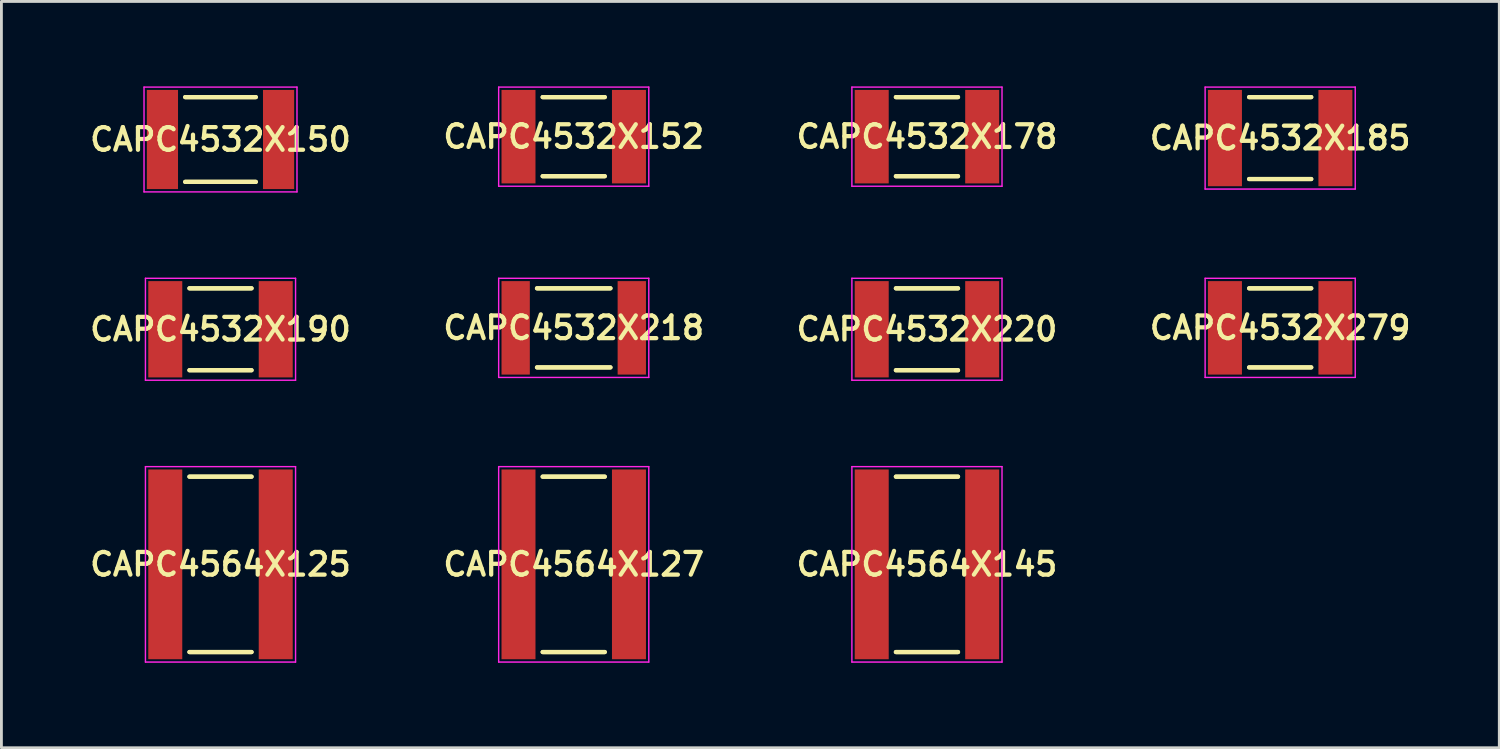
<source format=kicad_pcb>
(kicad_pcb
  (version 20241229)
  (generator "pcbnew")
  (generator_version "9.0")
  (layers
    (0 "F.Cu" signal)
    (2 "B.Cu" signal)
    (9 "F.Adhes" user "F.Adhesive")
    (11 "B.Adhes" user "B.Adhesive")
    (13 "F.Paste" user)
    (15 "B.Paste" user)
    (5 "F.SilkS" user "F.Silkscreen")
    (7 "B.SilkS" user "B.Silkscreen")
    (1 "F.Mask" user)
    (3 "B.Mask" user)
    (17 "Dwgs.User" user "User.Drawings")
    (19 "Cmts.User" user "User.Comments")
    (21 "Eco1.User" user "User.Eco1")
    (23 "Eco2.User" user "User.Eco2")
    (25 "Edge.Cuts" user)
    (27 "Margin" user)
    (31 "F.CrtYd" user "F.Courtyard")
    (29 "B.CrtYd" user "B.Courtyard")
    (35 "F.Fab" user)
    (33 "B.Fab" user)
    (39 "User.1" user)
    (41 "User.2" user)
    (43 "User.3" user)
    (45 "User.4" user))
  (footprint "CAPC4564X145"
    (layer "F.Cu")
    (at 29.677 16.875)
    (property "Reference" "CAPC4564X145" (at 0 0 0) (layer "F.SilkS") (effects (font (size 0.8 0.8) (thickness 0.15))))
    (attr smd)
    (fp_line (start -1.096 -3.096) (end 1.096 -3.096) (stroke (width 0.15) (type solid)) (layer "F.SilkS"))
    (fp_line (start -1.096 3.096) (end 1.096 3.096) (stroke (width 0.15) (type solid)) (layer "F.SilkS"))
    (fp_line (start 1.096 -3.096) (end -1.096 -3.096) (stroke (width 0.15) (type solid)) (layer "F.SilkS"))
    (fp_line (start 1.096 3.096) (end -1.096 3.096) (stroke (width 0.15) (type solid)) (layer "F.SilkS"))
    (fp_line (start -2.65 -3.45) (end 2.65 -3.45) (stroke (width 0.05) (type solid)) (layer "F.CrtYd"))
    (fp_line (start -2.65 3.45) (end -2.65 -3.45) (stroke (width 0.05) (type solid)) (layer "F.CrtYd"))
    (fp_line (start 2.65 -3.45) (end 2.65 3.45) (stroke (width 0.05) (type solid)) (layer "F.CrtYd"))
    (fp_line (start 2.65 3.45) (end -2.65 3.45) (stroke (width 0.05) (type solid)) (layer "F.CrtYd"))
    (pad "1" smd rect (at -1.95 0) (size 1.2 6.7) (layers "F.Cu" "F.Mask" "F.Paste"))
    (pad "2" smd rect (at 1.95 0) (size 1.2 6.7) (layers "F.Cu" "F.Mask" "F.Paste")))
  (footprint "CAPC4532X218"
    (layer "F.Cu")
    (at 17.206 8.525)
    (property "Reference" "CAPC4532X218" (at 0 0 0) (layer "F.SilkS") (effects (font (size 0.8 0.8) (thickness 0.15))))
    (attr smd)
    (fp_line (start -1.296 -1.396) (end 1.296 -1.396) (stroke (width 0.15) (type solid)) (layer "F.SilkS"))
    (fp_line (start -1.296 1.396) (end 1.296 1.396) (stroke (width 0.15) (type solid)) (layer "F.SilkS"))
    (fp_line (start 1.296 -1.396) (end -1.296 -1.396) (stroke (width 0.15) (type solid)) (layer "F.SilkS"))
    (fp_line (start 1.296 1.396) (end -1.296 1.396) (stroke (width 0.15) (type solid)) (layer "F.SilkS"))
    (fp_line (start -2.65 -1.75) (end 2.65 -1.75) (stroke (width 0.05) (type solid)) (layer "F.CrtYd"))
    (fp_line (start -2.65 1.75) (end -2.65 -1.75) (stroke (width 0.05) (type solid)) (layer "F.CrtYd"))
    (fp_line (start 2.65 -1.75) (end 2.65 1.75) (stroke (width 0.05) (type solid)) (layer "F.CrtYd"))
    (fp_line (start 2.65 1.75) (end -2.65 1.75) (stroke (width 0.05) (type solid)) (layer "F.CrtYd"))
    (pad "1" smd rect (at -2.05 0) (size 1 3.3) (layers "F.Cu" "F.Mask" "F.Paste"))
    (pad "2" smd rect (at 2.05 0) (size 1 3.3) (layers "F.Cu" "F.Mask" "F.Paste")))
  (footprint "CAPC4564X125"
    (layer "F.Cu")
    (at 4.735 16.875)
    (property "Reference" "CAPC4564X125" (at 0 0 0) (layer "F.SilkS") (effects (font (size 0.8 0.8) (thickness 0.15))))
    (attr smd)
    (fp_line (start -1.096 -3.096) (end 1.096 -3.096) (stroke (width 0.15) (type solid)) (layer "F.SilkS"))
    (fp_line (start -1.096 3.096) (end 1.096 3.096) (stroke (width 0.15) (type solid)) (layer "F.SilkS"))
    (fp_line (start 1.096 -3.096) (end -1.096 -3.096) (stroke (width 0.15) (type solid)) (layer "F.SilkS"))
    (fp_line (start 1.096 3.096) (end -1.096 3.096) (stroke (width 0.15) (type solid)) (layer "F.SilkS"))
    (fp_line (start -2.65 -3.45) (end 2.65 -3.45) (stroke (width 0.05) (type solid)) (layer "F.CrtYd"))
    (fp_line (start -2.65 3.45) (end -2.65 -3.45) (stroke (width 0.05) (type solid)) (layer "F.CrtYd"))
    (fp_line (start 2.65 -3.45) (end 2.65 3.45) (stroke (width 0.05) (type solid)) (layer "F.CrtYd"))
    (fp_line (start 2.65 3.45) (end -2.65 3.45) (stroke (width 0.05) (type solid)) (layer "F.CrtYd"))
    (pad "1" smd rect (at -1.95 0) (size 1.2 6.7) (layers "F.Cu" "F.Mask" "F.Paste"))
    (pad "2" smd rect (at 1.95 0) (size 1.2 6.7) (layers "F.Cu" "F.Mask" "F.Paste")))
  (footprint "CAPC4532X185"
    (layer "F.Cu")
    (at 42.148 1.825)
    (property "Reference" "CAPC4532X185" (at 0 0 0) (layer "F.SilkS") (effects (font (size 0.8 0.8) (thickness 0.15))))
    (attr smd)
    (fp_line (start -1.096 -1.446) (end 1.096 -1.446) (stroke (width 0.15) (type solid)) (layer "F.SilkS"))
    (fp_line (start -1.096 1.446) (end 1.096 1.446) (stroke (width 0.15) (type solid)) (layer "F.SilkS"))
    (fp_line (start 1.096 -1.446) (end -1.096 -1.446) (stroke (width 0.15) (type solid)) (layer "F.SilkS"))
    (fp_line (start 1.096 1.446) (end -1.096 1.446) (stroke (width 0.15) (type solid)) (layer "F.SilkS"))
    (fp_line (start -2.65 -1.8) (end 2.65 -1.8) (stroke (width 0.05) (type solid)) (layer "F.CrtYd"))
    (fp_line (start -2.65 1.8) (end -2.65 -1.8) (stroke (width 0.05) (type solid)) (layer "F.CrtYd"))
    (fp_line (start 2.65 -1.8) (end 2.65 1.8) (stroke (width 0.05) (type solid)) (layer "F.CrtYd"))
    (fp_line (start 2.65 1.8) (end -2.65 1.8) (stroke (width 0.05) (type solid)) (layer "F.CrtYd"))
    (pad "1" smd rect (at -1.95 0) (size 1.2 3.4) (layers "F.Cu" "F.Mask" "F.Paste"))
    (pad "2" smd rect (at 1.95 0) (size 1.2 3.4) (layers "F.Cu" "F.Mask" "F.Paste")))
  (footprint "CAPC4564X127"
    (layer "F.Cu")
    (at 17.206 16.875)
    (property "Reference" "CAPC4564X127" (at 0 0 0) (layer "F.SilkS") (effects (font (size 0.8 0.8) (thickness 0.15))))
    (attr smd)
    (fp_line (start -1.096 -3.096) (end 1.096 -3.096) (stroke (width 0.15) (type solid)) (layer "F.SilkS"))
    (fp_line (start -1.096 3.096) (end 1.096 3.096) (stroke (width 0.15) (type solid)) (layer "F.SilkS"))
    (fp_line (start 1.096 -3.096) (end -1.096 -3.096) (stroke (width 0.15) (type solid)) (layer "F.SilkS"))
    (fp_line (start 1.096 3.096) (end -1.096 3.096) (stroke (width 0.15) (type solid)) (layer "F.SilkS"))
    (fp_line (start -2.65 -3.45) (end 2.65 -3.45) (stroke (width 0.05) (type solid)) (layer "F.CrtYd"))
    (fp_line (start -2.65 3.45) (end -2.65 -3.45) (stroke (width 0.05) (type solid)) (layer "F.CrtYd"))
    (fp_line (start 2.65 -3.45) (end 2.65 3.45) (stroke (width 0.05) (type solid)) (layer "F.CrtYd"))
    (fp_line (start 2.65 3.45) (end -2.65 3.45) (stroke (width 0.05) (type solid)) (layer "F.CrtYd"))
    (pad "1" smd rect (at -1.95 0) (size 1.2 6.7) (layers "F.Cu" "F.Mask" "F.Paste"))
    (pad "2" smd rect (at 1.95 0) (size 1.2 6.7) (layers "F.Cu" "F.Mask" "F.Paste")))
  (footprint "CAPC4532X150"
    (layer "F.Cu")
    (at 4.735 1.875)
    (property "Reference" "CAPC4532X150" (at 0 0 0) (layer "F.SilkS") (effects (font (size 0.8 0.8) (thickness 0.15))))
    (attr smd)
    (fp_line (start -1.246 -1.496) (end 1.246 -1.496) (stroke (width 0.15) (type solid)) (layer "F.SilkS"))
    (fp_line (start -1.246 1.496) (end 1.246 1.496) (stroke (width 0.15) (type solid)) (layer "F.SilkS"))
    (fp_line (start 1.246 -1.496) (end -1.246 -1.496) (stroke (width 0.15) (type solid)) (layer "F.SilkS"))
    (fp_line (start 1.246 1.496) (end -1.246 1.496) (stroke (width 0.15) (type solid)) (layer "F.SilkS"))
    (fp_line (start -2.7 -1.85) (end 2.7 -1.85) (stroke (width 0.05) (type solid)) (layer "F.CrtYd"))
    (fp_line (start -2.7 1.85) (end -2.7 -1.85) (stroke (width 0.05) (type solid)) (layer "F.CrtYd"))
    (fp_line (start 2.7 -1.85) (end 2.7 1.85) (stroke (width 0.05) (type solid)) (layer "F.CrtYd"))
    (fp_line (start 2.7 1.85) (end -2.7 1.85) (stroke (width 0.05) (type solid)) (layer "F.CrtYd"))
    (pad "1" smd rect (at -2.05 0) (size 1.1 3.5) (layers "F.Cu" "F.Mask" "F.Paste"))
    (pad "2" smd rect (at 2.05 0) (size 1.1 3.5) (layers "F.Cu" "F.Mask" "F.Paste")))
  (footprint "CAPC4532X279"
    (layer "F.Cu")
    (at 42.148 8.525)
    (property "Reference" "CAPC4532X279" (at 0 0 0) (layer "F.SilkS") (effects (font (size 0.8 0.8) (thickness 0.15))))
    (attr smd)
    (fp_line (start -1.096 -1.396) (end 1.096 -1.396) (stroke (width 0.15) (type solid)) (layer "F.SilkS"))
    (fp_line (start -1.096 1.396) (end 1.096 1.396) (stroke (width 0.15) (type solid)) (layer "F.SilkS"))
    (fp_line (start 1.096 -1.396) (end -1.096 -1.396) (stroke (width 0.15) (type solid)) (layer "F.SilkS"))
    (fp_line (start 1.096 1.396) (end -1.096 1.396) (stroke (width 0.15) (type solid)) (layer "F.SilkS"))
    (fp_line (start -2.65 -1.75) (end 2.65 -1.75) (stroke (width 0.05) (type solid)) (layer "F.CrtYd"))
    (fp_line (start -2.65 1.75) (end -2.65 -1.75) (stroke (width 0.05) (type solid)) (layer "F.CrtYd"))
    (fp_line (start 2.65 -1.75) (end 2.65 1.75) (stroke (width 0.05) (type solid)) (layer "F.CrtYd"))
    (fp_line (start 2.65 1.75) (end -2.65 1.75) (stroke (width 0.05) (type solid)) (layer "F.CrtYd"))
    (pad "1" smd rect (at -1.95 0) (size 1.2 3.3) (layers "F.Cu" "F.Mask" "F.Paste"))
    (pad "2" smd rect (at 1.95 0) (size 1.2 3.3) (layers "F.Cu" "F.Mask" "F.Paste")))
  (footprint "CAPC4532X220"
    (layer "F.Cu")
    (at 29.677 8.575)
    (property "Reference" "CAPC4532X220" (at 0 0 0) (layer "F.SilkS") (effects (font (size 0.8 0.8) (thickness 0.15))))
    (attr smd)
    (fp_line (start -1.096 -1.446) (end 1.096 -1.446) (stroke (width 0.15) (type solid)) (layer "F.SilkS"))
    (fp_line (start -1.096 1.446) (end 1.096 1.446) (stroke (width 0.15) (type solid)) (layer "F.SilkS"))
    (fp_line (start 1.096 -1.446) (end -1.096 -1.446) (stroke (width 0.15) (type solid)) (layer "F.SilkS"))
    (fp_line (start 1.096 1.446) (end -1.096 1.446) (stroke (width 0.15) (type solid)) (layer "F.SilkS"))
    (fp_line (start -2.65 -1.8) (end 2.65 -1.8) (stroke (width 0.05) (type solid)) (layer "F.CrtYd"))
    (fp_line (start -2.65 1.8) (end -2.65 -1.8) (stroke (width 0.05) (type solid)) (layer "F.CrtYd"))
    (fp_line (start 2.65 -1.8) (end 2.65 1.8) (stroke (width 0.05) (type solid)) (layer "F.CrtYd"))
    (fp_line (start 2.65 1.8) (end -2.65 1.8) (stroke (width 0.05) (type solid)) (layer "F.CrtYd"))
    (pad "1" smd rect (at -1.95 0) (size 1.2 3.4) (layers "F.Cu" "F.Mask" "F.Paste"))
    (pad "2" smd rect (at 1.95 0) (size 1.2 3.4) (layers "F.Cu" "F.Mask" "F.Paste")))
  (footprint "CAPC4532X190"
    (layer "F.Cu")
    (at 4.735 8.575)
    (property "Reference" "CAPC4532X190" (at 0 0 0) (layer "F.SilkS") (effects (font (size 0.8 0.8) (thickness 0.15))))
    (attr smd)
    (fp_line (start -1.096 -1.446) (end 1.096 -1.446) (stroke (width 0.15) (type solid)) (layer "F.SilkS"))
    (fp_line (start -1.096 1.446) (end 1.096 1.446) (stroke (width 0.15) (type solid)) (layer "F.SilkS"))
    (fp_line (start 1.096 -1.446) (end -1.096 -1.446) (stroke (width 0.15) (type solid)) (layer "F.SilkS"))
    (fp_line (start 1.096 1.446) (end -1.096 1.446) (stroke (width 0.15) (type solid)) (layer "F.SilkS"))
    (fp_line (start -2.65 -1.8) (end 2.65 -1.8) (stroke (width 0.05) (type solid)) (layer "F.CrtYd"))
    (fp_line (start -2.65 1.8) (end -2.65 -1.8) (stroke (width 0.05) (type solid)) (layer "F.CrtYd"))
    (fp_line (start 2.65 -1.8) (end 2.65 1.8) (stroke (width 0.05) (type solid)) (layer "F.CrtYd"))
    (fp_line (start 2.65 1.8) (end -2.65 1.8) (stroke (width 0.05) (type solid)) (layer "F.CrtYd"))
    (pad "1" smd rect (at -1.95 0) (size 1.2 3.4) (layers "F.Cu" "F.Mask" "F.Paste"))
    (pad "2" smd rect (at 1.95 0) (size 1.2 3.4) (layers "F.Cu" "F.Mask" "F.Paste")))
  (footprint "CAPC4532X178"
    (layer "F.Cu")
    (at 29.677 1.775)
    (property "Reference" "CAPC4532X178" (at 0 0 0) (layer "F.SilkS") (effects (font (size 0.8 0.8) (thickness 0.15))))
    (attr smd)
    (fp_line (start -1.096 -1.396) (end 1.096 -1.396) (stroke (width 0.15) (type solid)) (layer "F.SilkS"))
    (fp_line (start -1.096 1.396) (end 1.096 1.396) (stroke (width 0.15) (type solid)) (layer "F.SilkS"))
    (fp_line (start 1.096 -1.396) (end -1.096 -1.396) (stroke (width 0.15) (type solid)) (layer "F.SilkS"))
    (fp_line (start 1.096 1.396) (end -1.096 1.396) (stroke (width 0.15) (type solid)) (layer "F.SilkS"))
    (fp_line (start -2.65 -1.75) (end 2.65 -1.75) (stroke (width 0.05) (type solid)) (layer "F.CrtYd"))
    (fp_line (start -2.65 1.75) (end -2.65 -1.75) (stroke (width 0.05) (type solid)) (layer "F.CrtYd"))
    (fp_line (start 2.65 -1.75) (end 2.65 1.75) (stroke (width 0.05) (type solid)) (layer "F.CrtYd"))
    (fp_line (start 2.65 1.75) (end -2.65 1.75) (stroke (width 0.05) (type solid)) (layer "F.CrtYd"))
    (pad "1" smd rect (at -1.95 0) (size 1.2 3.3) (layers "F.Cu" "F.Mask" "F.Paste"))
    (pad "2" smd rect (at 1.95 0) (size 1.2 3.3) (layers "F.Cu" "F.Mask" "F.Paste")))
  (footprint "CAPC4532X152"
    (layer "F.Cu")
    (at 17.206 1.775)
    (property "Reference" "CAPC4532X152" (at 0 0 0) (layer "F.SilkS") (effects (font (size 0.8 0.8) (thickness 0.15))))
    (attr smd)
    (fp_line (start -1.096 -1.396) (end 1.096 -1.396) (stroke (width 0.15) (type solid)) (layer "F.SilkS"))
    (fp_line (start -1.096 1.396) (end 1.096 1.396) (stroke (width 0.15) (type solid)) (layer "F.SilkS"))
    (fp_line (start 1.096 -1.396) (end -1.096 -1.396) (stroke (width 0.15) (type solid)) (layer "F.SilkS"))
    (fp_line (start 1.096 1.396) (end -1.096 1.396) (stroke (width 0.15) (type solid)) (layer "F.SilkS"))
    (fp_line (start -2.65 -1.75) (end 2.65 -1.75) (stroke (width 0.05) (type solid)) (layer "F.CrtYd"))
    (fp_line (start -2.65 1.75) (end -2.65 -1.75) (stroke (width 0.05) (type solid)) (layer "F.CrtYd"))
    (fp_line (start 2.65 -1.75) (end 2.65 1.75) (stroke (width 0.05) (type solid)) (layer "F.CrtYd"))
    (fp_line (start 2.65 1.75) (end -2.65 1.75) (stroke (width 0.05) (type solid)) (layer "F.CrtYd"))
    (pad "1" smd rect (at -1.95 0) (size 1.2 3.3) (layers "F.Cu" "F.Mask" "F.Paste"))
    (pad "2" smd rect (at 1.95 0) (size 1.2 3.3) (layers "F.Cu" "F.Mask" "F.Paste")))
  (gr_rect
    (start -3 -3)
    (end 49.884 23.35)
    (stroke (width 0.1) (type default))
    (fill no)
    (layer "Edge.Cuts")))
</source>
